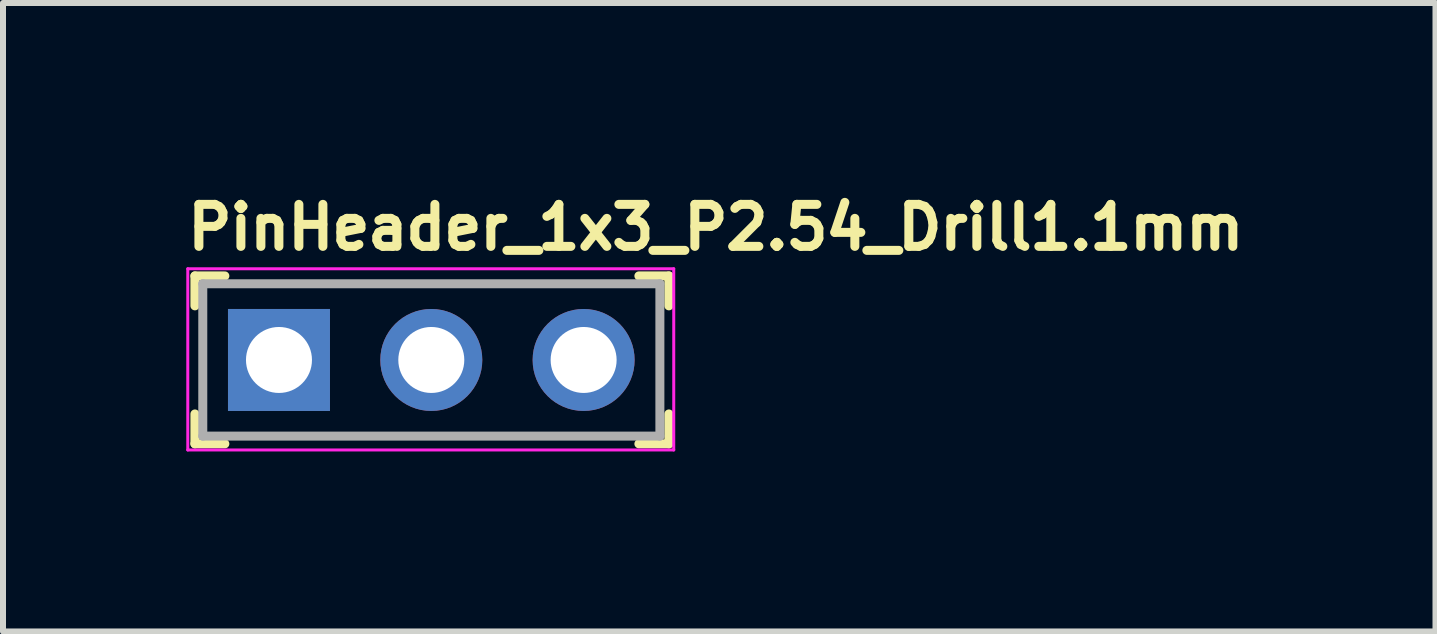
<source format=kicad_pcb>
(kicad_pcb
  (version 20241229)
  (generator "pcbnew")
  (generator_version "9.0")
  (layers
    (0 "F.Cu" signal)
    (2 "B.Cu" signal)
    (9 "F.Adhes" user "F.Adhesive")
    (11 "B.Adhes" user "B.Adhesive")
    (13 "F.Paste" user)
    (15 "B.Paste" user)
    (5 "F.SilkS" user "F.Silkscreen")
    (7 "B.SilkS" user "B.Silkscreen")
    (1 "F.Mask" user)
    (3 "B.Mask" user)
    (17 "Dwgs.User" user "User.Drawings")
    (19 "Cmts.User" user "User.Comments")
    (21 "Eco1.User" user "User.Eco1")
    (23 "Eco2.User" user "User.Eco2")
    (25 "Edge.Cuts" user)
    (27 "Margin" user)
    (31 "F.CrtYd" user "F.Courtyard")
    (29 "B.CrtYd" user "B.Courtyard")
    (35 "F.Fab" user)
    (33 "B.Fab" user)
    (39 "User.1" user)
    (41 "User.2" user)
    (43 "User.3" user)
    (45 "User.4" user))
  (footprint "PinHeader_1x3_P2.54_Drill1.1mm"
    (layer "F.Cu")
    (at 1.6 2.95)
    (property "Reference" "PinHeader_1x3_P2.54_Drill1.1mm" (at -1.6 -1.8 0) (layer "F.SilkS") (effects (font (size 0.7 0.7) (thickness 0.15)) (justify left bottom)))
    (attr through_hole)
    (fp_line (start -1.401 -1.401) (end -1.401 -0.902) (stroke (width 0.15) (type solid)) (layer "F.SilkS"))
    (fp_line (start -1.401 -1.401) (end -0.902 -1.401) (stroke (width 0.15) (type solid)) (layer "F.SilkS"))
    (fp_line (start -1.401 1.398) (end -1.401 0.9) (stroke (width 0.15) (type solid)) (layer "F.SilkS"))
    (fp_line (start -1.401 1.398) (end -0.902 1.398) (stroke (width 0.15) (type solid)) (layer "F.SilkS"))
    (fp_line (start 6.499 -1.401) (end 5.999 -1.401) (stroke (width 0.15) (type solid)) (layer "F.SilkS"))
    (fp_line (start 6.499 -1.401) (end 6.499 -0.902) (stroke (width 0.15) (type solid)) (layer "F.SilkS"))
    (fp_line (start 6.499 1.398) (end 5.999 1.398) (stroke (width 0.15) (type solid)) (layer "F.SilkS"))
    (fp_line (start 6.499 1.398) (end 6.499 0.9) (stroke (width 0.15) (type solid)) (layer "F.SilkS"))
    (fp_line (start -1.52 -1.52) (end -1.52 1.5) (stroke (width 0.05) (type solid)) (layer "F.CrtYd"))
    (fp_line (start -1.52 -1.52) (end 6.58 -1.52) (stroke (width 0.05) (type solid)) (layer "F.CrtYd"))
    (fp_line (start -1.52 1.5) (end 6.58 1.5) (stroke (width 0.05) (type solid)) (layer "F.CrtYd"))
    (fp_line (start 6.58 -1.52) (end 6.58 1.5) (stroke (width 0.05) (type solid)) (layer "F.CrtYd"))
    (fp_line (start -1.27 -1.27) (end -1.27 1.269) (stroke (width 0.15) (type solid)) (layer "F.Fab"))
    (fp_line (start -1.27 -1.27) (end 6.349 -1.27) (stroke (width 0.15) (type solid)) (layer "F.Fab"))
    (fp_line (start -1.27 1.269) (end 6.349 1.269) (stroke (width 0.15) (type solid)) (layer "F.Fab"))
    (fp_line (start 6.349 -1.27) (end 6.349 1.269) (stroke (width 0.15) (type solid)) (layer "F.Fab"))
    (fp_rect (start -1.311 -1.27) (end 6.309 1.269) (stroke (width 0.1) (type solid)) (fill no) (layer "User.5"))
    (fp_line (start -1.311 0.77) (end -1.311 -0.772) (stroke (width 0.02) (type solid)) (layer "User.9"))
    (fp_line (start -1.311 0.77) (end -1.061 1.269) (stroke (width 0.02) (type solid)) (layer "User.9"))
    (fp_line (start -1.061 -1.27) (end -1.311 -0.772) (stroke (width 0.02) (type solid)) (layer "User.9"))
    (fp_line (start -0.36 -0.32) (end -0.16 -0.12) (stroke (width 0.02) (type solid)) (layer "User.9"))
    (fp_line (start -0.36 -0.32) (end 0.28 -0.32) (stroke (width 0.02) (type solid)) (layer "User.9"))
    (fp_line (start -0.36 0.32) (end -0.36 -0.32) (stroke (width 0.02) (type solid)) (layer "User.9"))
    (fp_line (start -0.16 -0.12) (end -0.16 0.119) (stroke (width 0.02) (type solid)) (layer "User.9"))
    (fp_line (start -0.16 0.119) (end -0.36 0.32) (stroke (width 0.02) (type solid)) (layer "User.9"))
    (fp_line (start -0.16 0.119) (end 0.08 0.119) (stroke (width 0.02) (type solid)) (layer "User.9"))
    (fp_line (start 0.08 -0.12) (end -0.16 -0.12) (stroke (width 0.02) (type solid)) (layer "User.9"))
    (fp_line (start 0.08 -0.12) (end 0.28 -0.32) (stroke (width 0.02) (type solid)) (layer "User.9"))
    (fp_line (start 0.08 0.119) (end 0.08 -0.12) (stroke (width 0.02) (type solid)) (layer "User.9"))
    (fp_line (start 0.08 0.119) (end 0.28 0.32) (stroke (width 0.02) (type solid)) (layer "User.9"))
    (fp_line (start 0.28 -0.32) (end 0.28 0.32) (stroke (width 0.02) (type solid)) (layer "User.9"))
    (fp_line (start 0.28 0.32) (end -0.36 0.32) (stroke (width 0.02) (type solid)) (layer "User.9"))
    (fp_line (start 0.978 -1.27) (end -1.061 -1.27) (stroke (width 0.02) (type solid)) (layer "User.9"))
    (fp_line (start 0.978 1.269) (end -1.061 1.269) (stroke (width 0.02) (type solid)) (layer "User.9"))
    (fp_line (start 0.978 1.269) (end 1.229 0.77) (stroke (width 0.02) (type solid)) (layer "User.9"))
    (fp_line (start 1.229 -0.772) (end 0.978 -1.27) (stroke (width 0.02) (type solid)) (layer "User.9"))
    (fp_line (start 1.229 0.77) (end 1.479 1.269) (stroke (width 0.02) (type solid)) (layer "User.9"))
    (fp_line (start 1.479 -1.27) (end 1.229 -0.772) (stroke (width 0.02) (type solid)) (layer "User.9"))
    (fp_line (start 2.18 -0.32) (end 2.378 -0.12) (stroke (width 0.02) (type solid)) (layer "User.9"))
    (fp_line (start 2.18 -0.32) (end 2.818 -0.32) (stroke (width 0.02) (type solid)) (layer "User.9"))
    (fp_line (start 2.18 0.32) (end 2.18 -0.32) (stroke (width 0.02) (type solid)) (layer "User.9"))
    (fp_line (start 2.378 -0.12) (end 2.378 0.119) (stroke (width 0.02) (type solid)) (layer "User.9"))
    (fp_line (start 2.378 0.119) (end 2.18 0.32) (stroke (width 0.02) (type solid)) (layer "User.9"))
    (fp_line (start 2.378 0.119) (end 2.62 0.119) (stroke (width 0.02) (type solid)) (layer "User.9"))
    (fp_line (start 2.62 -0.12) (end 2.378 -0.12) (stroke (width 0.02) (type solid)) (layer "User.9"))
    (fp_line (start 2.62 -0.12) (end 2.818 -0.32) (stroke (width 0.02) (type solid)) (layer "User.9"))
    (fp_line (start 2.62 0.119) (end 2.62 -0.12) (stroke (width 0.02) (type solid)) (layer "User.9"))
    (fp_line (start 2.62 0.119) (end 2.818 0.32) (stroke (width 0.02) (type solid)) (layer "User.9"))
    (fp_line (start 2.818 -0.32) (end 2.818 0.32) (stroke (width 0.02) (type solid)) (layer "User.9"))
    (fp_line (start 2.818 0.32) (end 2.18 0.32) (stroke (width 0.02) (type solid)) (layer "User.9"))
    (fp_line (start 3.519 -1.27) (end 1.479 -1.27) (stroke (width 0.02) (type solid)) (layer "User.9"))
    (fp_line (start 3.519 1.269) (end 1.479 1.269) (stroke (width 0.02) (type solid)) (layer "User.9"))
    (fp_line (start 3.519 1.269) (end 3.769 0.77) (stroke (width 0.02) (type solid)) (layer "User.9"))
    (fp_line (start 3.769 -0.772) (end 3.519 -1.27) (stroke (width 0.02) (type solid)) (layer "User.9"))
    (fp_line (start 3.769 0.77) (end 4.019 1.269) (stroke (width 0.02) (type solid)) (layer "User.9"))
    (fp_line (start 4.019 -1.27) (end 3.769 -0.772) (stroke (width 0.02) (type solid)) (layer "User.9"))
    (fp_line (start 4.719 -0.32) (end 4.919 -0.12) (stroke (width 0.02) (type solid)) (layer "User.9"))
    (fp_line (start 4.719 -0.32) (end 5.36 -0.32) (stroke (width 0.02) (type solid)) (layer "User.9"))
    (fp_line (start 4.719 0.32) (end 4.719 -0.32) (stroke (width 0.02) (type solid)) (layer "User.9"))
    (fp_line (start 4.919 -0.12) (end 4.919 0.119) (stroke (width 0.02) (type solid)) (layer "User.9"))
    (fp_line (start 4.919 0.119) (end 4.719 0.32) (stroke (width 0.02) (type solid)) (layer "User.9"))
    (fp_line (start 4.919 0.119) (end 5.16 0.119) (stroke (width 0.02) (type solid)) (layer "User.9"))
    (fp_line (start 5.16 -0.12) (end 4.919 -0.12) (stroke (width 0.02) (type solid)) (layer "User.9"))
    (fp_line (start 5.16 -0.12) (end 5.36 -0.32) (stroke (width 0.02) (type solid)) (layer "User.9"))
    (fp_line (start 5.16 0.119) (end 5.16 -0.12) (stroke (width 0.02) (type solid)) (layer "User.9"))
    (fp_line (start 5.16 0.119) (end 5.36 0.32) (stroke (width 0.02) (type solid)) (layer "User.9"))
    (fp_line (start 5.36 -0.32) (end 5.36 0.32) (stroke (width 0.02) (type solid)) (layer "User.9"))
    (fp_line (start 5.36 0.32) (end 4.719 0.32) (stroke (width 0.02) (type solid)) (layer "User.9"))
    (fp_line (start 6.059 -1.27) (end 4.019 -1.27) (stroke (width 0.02) (type solid)) (layer "User.9"))
    (fp_line (start 6.059 1.269) (end 4.019 1.269) (stroke (width 0.02) (type solid)) (layer "User.9"))
    (fp_line (start 6.059 1.269) (end 6.309 0.77) (stroke (width 0.02) (type solid)) (layer "User.9"))
    (fp_line (start 6.309 -0.772) (end 6.059 -1.27) (stroke (width 0.02) (type solid)) (layer "User.9"))
    (fp_line (start 6.309 0.77) (end 6.309 -0.772) (stroke (width 0.02) (type solid)) (layer "User.9"))
    (pad "1" thru_hole rect (at 0 0) (size 1.7 1.7) (drill 1.1) (layers "*.Cu" "*.Mask"))
    (pad "2" thru_hole circle (at 2.539 0) (size 1.7 1.7) (drill 1.1) (layers "*.Cu" "*.Mask"))
    (pad "3" thru_hole circle (at 5.078 0) (size 1.7 1.7) (drill 1.1) (layers "*.Cu" "*.Mask")))
  (gr_rect
    (start -3 -3)
    (end 20.877 7.475)
    (stroke (width 0.1) (type default))
    (fill no)
    (layer "Edge.Cuts")))
</source>
